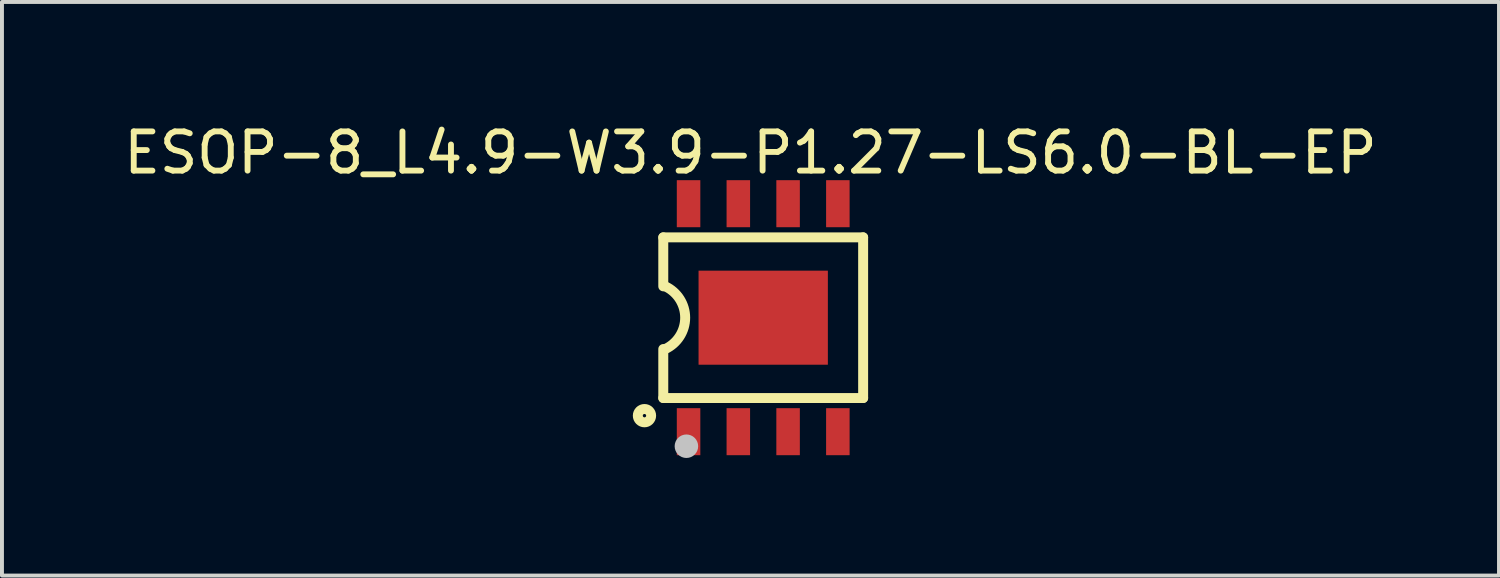
<source format=kicad_pcb>
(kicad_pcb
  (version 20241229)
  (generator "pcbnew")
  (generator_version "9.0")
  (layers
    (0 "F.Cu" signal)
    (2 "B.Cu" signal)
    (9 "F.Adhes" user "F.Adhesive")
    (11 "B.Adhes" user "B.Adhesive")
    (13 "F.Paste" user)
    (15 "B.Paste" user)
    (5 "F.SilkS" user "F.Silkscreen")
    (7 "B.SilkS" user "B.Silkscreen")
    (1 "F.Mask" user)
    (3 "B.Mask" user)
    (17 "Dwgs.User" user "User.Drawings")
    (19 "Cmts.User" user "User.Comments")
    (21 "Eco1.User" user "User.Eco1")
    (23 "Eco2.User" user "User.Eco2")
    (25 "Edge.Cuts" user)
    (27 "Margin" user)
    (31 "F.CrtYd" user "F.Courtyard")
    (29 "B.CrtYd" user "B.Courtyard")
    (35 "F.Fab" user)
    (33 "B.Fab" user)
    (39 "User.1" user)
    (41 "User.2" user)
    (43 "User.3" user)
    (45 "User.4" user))
  (footprint "ESOP-8_L4.9-W3.9-P1.27-LS6.0-BL-EP"
    (layer "F.Cu")
    (at 16.426 5.057)
    (property "Reference" "ESOP-8_L4.9-W3.9-P1.27-LS6.0-BL-EP" (at -0.325 -4.208 0) (unlocked yes) (layer "F.SilkS") (effects (font (size 1 1) (thickness 0.15))))
    (fp_line (start -2.55 -2.05) (end 2.55 -2.05) (stroke (width 0.254) (type default)) (layer "F.SilkS"))
    (fp_line (start -2.55 -0.8) (end -2.55 -2.05) (stroke (width 0.254) (type default)) (layer "F.SilkS"))
    (fp_line (start -2.55 0.8) (end -2.55 2.05) (stroke (width 0.254) (type default)) (layer "F.SilkS"))
    (fp_line (start 2.55 -2.05) (end 2.55 2.05) (stroke (width 0.254) (type default)) (layer "F.SilkS"))
    (fp_line (start 2.55 2.05) (end -2.55 2.05) (stroke (width 0.254) (type default)) (layer "F.SilkS"))
    (fp_arc (start -2.5 -0.8) (mid -1.99147 0) (end -2.5 0.8) (stroke (width 0.254) (type default)) (layer "F.SilkS"))
    (fp_circle (center -3.03 2.5) (end -2.86 2.5) (stroke (width 0.254) (type default)) (fill no) (layer "F.SilkS"))
    (fp_circle (center -1.96 3.28) (end -1.81 3.28) (stroke (width 0.3) (type default)) (fill no) (layer "Dwgs.User"))
    (fp_poly (pts (xy -2.105 -2.3) (xy -2.105 -2.95) (xy -1.705 -2.95) (xy -1.705 -2.3)) (stroke (width 0.1) (type default)) (fill no) (layer "User.1"))
    (fp_poly (pts (xy -2.105 -1.94) (xy -2.105 -2.31) (xy -1.705 -2.31) (xy -1.705 -1.94)) (stroke (width 0.1) (type default)) (fill no) (layer "User.1"))
    (fp_poly (pts (xy -2.105 2.31) (xy -2.105 1.94) (xy -1.705 1.94) (xy -1.705 2.31)) (stroke (width 0.1) (type default)) (fill no) (layer "User.1"))
    (fp_poly (pts (xy -2.105 2.95) (xy -2.105 2.3) (xy -1.705 2.3) (xy -1.705 2.95)) (stroke (width 0.1) (type default)) (fill no) (layer "User.1"))
    (fp_poly (pts (xy -0.835 -2.3) (xy -0.835 -2.95) (xy -0.435 -2.95) (xy -0.435 -2.3)) (stroke (width 0.1) (type default)) (fill no) (layer "User.1"))
    (fp_poly (pts (xy -0.835 -1.94) (xy -0.835 -2.31) (xy -0.435 -2.31) (xy -0.435 -1.94)) (stroke (width 0.1) (type default)) (fill no) (layer "User.1"))
    (fp_poly (pts (xy -0.835 2.31) (xy -0.835 1.94) (xy -0.435 1.94) (xy -0.435 2.31)) (stroke (width 0.1) (type default)) (fill no) (layer "User.1"))
    (fp_poly (pts (xy -0.835 2.95) (xy -0.835 2.3) (xy -0.435 2.3) (xy -0.435 2.95)) (stroke (width 0.1) (type default)) (fill no) (layer "User.1"))
    (fp_poly (pts (xy 0.435 -2.3) (xy 0.435 -2.95) (xy 0.835 -2.95) (xy 0.835 -2.3)) (stroke (width 0.1) (type default)) (fill no) (layer "User.1"))
    (fp_poly (pts (xy 0.435 -1.94) (xy 0.435 -2.31) (xy 0.835 -2.31) (xy 0.835 -1.94)) (stroke (width 0.1) (type default)) (fill no) (layer "User.1"))
    (fp_poly (pts (xy 0.435 2.31) (xy 0.435 1.94) (xy 0.835 1.94) (xy 0.835 2.31)) (stroke (width 0.1) (type default)) (fill no) (layer "User.1"))
    (fp_poly (pts (xy 0.435 2.95) (xy 0.435 2.3) (xy 0.835 2.3) (xy 0.835 2.95)) (stroke (width 0.1) (type default)) (fill no) (layer "User.1"))
    (fp_poly (pts (xy 1.65 1.2) (xy -1.65 1.2) (xy -1.65 -1.2) (xy 1.65 -1.2)) (stroke (width 0.1) (type default)) (fill no) (layer "User.1"))
    (fp_poly (pts (xy 1.705 -2.3) (xy 1.705 -2.95) (xy 2.105 -2.95) (xy 2.105 -2.3)) (stroke (width 0.1) (type default)) (fill no) (layer "User.1"))
    (fp_poly (pts (xy 1.705 -1.94) (xy 1.705 -2.31) (xy 2.105 -2.31) (xy 2.105 -1.94)) (stroke (width 0.1) (type default)) (fill no) (layer "User.1"))
    (fp_poly (pts (xy 1.705 2.31) (xy 1.705 1.94) (xy 2.105 1.94) (xy 2.105 2.31)) (stroke (width 0.1) (type default)) (fill no) (layer "User.1"))
    (fp_poly (pts (xy 1.705 2.95) (xy 1.705 2.3) (xy 2.105 2.3) (xy 2.105 2.95)) (stroke (width 0.1) (type default)) (fill no) (layer "User.1"))
    (fp_line (start -2.45 -1.95) (end 2.45 -1.95) (stroke (width 0.051) (type default)) (layer "User.2"))
    (fp_line (start -2.45 1.95) (end -2.45 -1.95) (stroke (width 0.051) (type default)) (layer "User.2"))
    (fp_line (start 2.45 -1.95) (end 2.45 1.95) (stroke (width 0.051) (type default)) (layer "User.2"))
    (fp_line (start 2.45 1.95) (end -2.45 1.95) (stroke (width 0.051) (type default)) (layer "User.2"))
    (fp_poly (pts (xy -2.394 2.95) (xy -2.412 2.908) (xy -2.454 2.89) (xy -2.496 2.908) (xy -2.514 2.95) (xy -2.496 2.992) (xy -2.454 3.01) (xy -2.412 2.992)) (stroke (width 0.1) (type default)) (fill no) (layer "User.3"))
    (pad "1" smd rect (at -1.905 2.909) (size 0.6 1.2) (layers "F.Cu" "F.Mask" "F.Paste"))
    (pad "2" smd rect (at -0.635 2.909) (size 0.6 1.2) (layers "F.Cu" "F.Mask" "F.Paste"))
    (pad "3" smd rect (at 0.635 2.909) (size 0.6 1.2) (layers "F.Cu" "F.Mask" "F.Paste"))
    (pad "4" smd rect (at 1.905 2.909) (size 0.6 1.2) (layers "F.Cu" "F.Mask" "F.Paste"))
    (pad "5" smd rect (at 1.905 -2.909) (size 0.6 1.2) (layers "F.Cu" "F.Mask" "F.Paste"))
    (pad "6" smd rect (at 0.635 -2.909) (size 0.6 1.2) (layers "F.Cu" "F.Mask" "F.Paste"))
    (pad "7" smd rect (at -0.635 -2.909) (size 0.6 1.2) (layers "F.Cu" "F.Mask" "F.Paste"))
    (pad "8" smd rect (at -1.905 -2.909) (size 0.6 1.2) (layers "F.Cu" "F.Mask" "F.Paste"))
    (pad "9" smd rect (at 0 0 180) (size 3.3 2.4) (layers "F.Cu" "F.Mask" "F.Paste")))
  (gr_rect
    (start -3 -3)
    (end 35.202 11.637)
    (stroke (width 0.1) (type default))
    (fill no)
    (layer "Edge.Cuts")))
</source>
